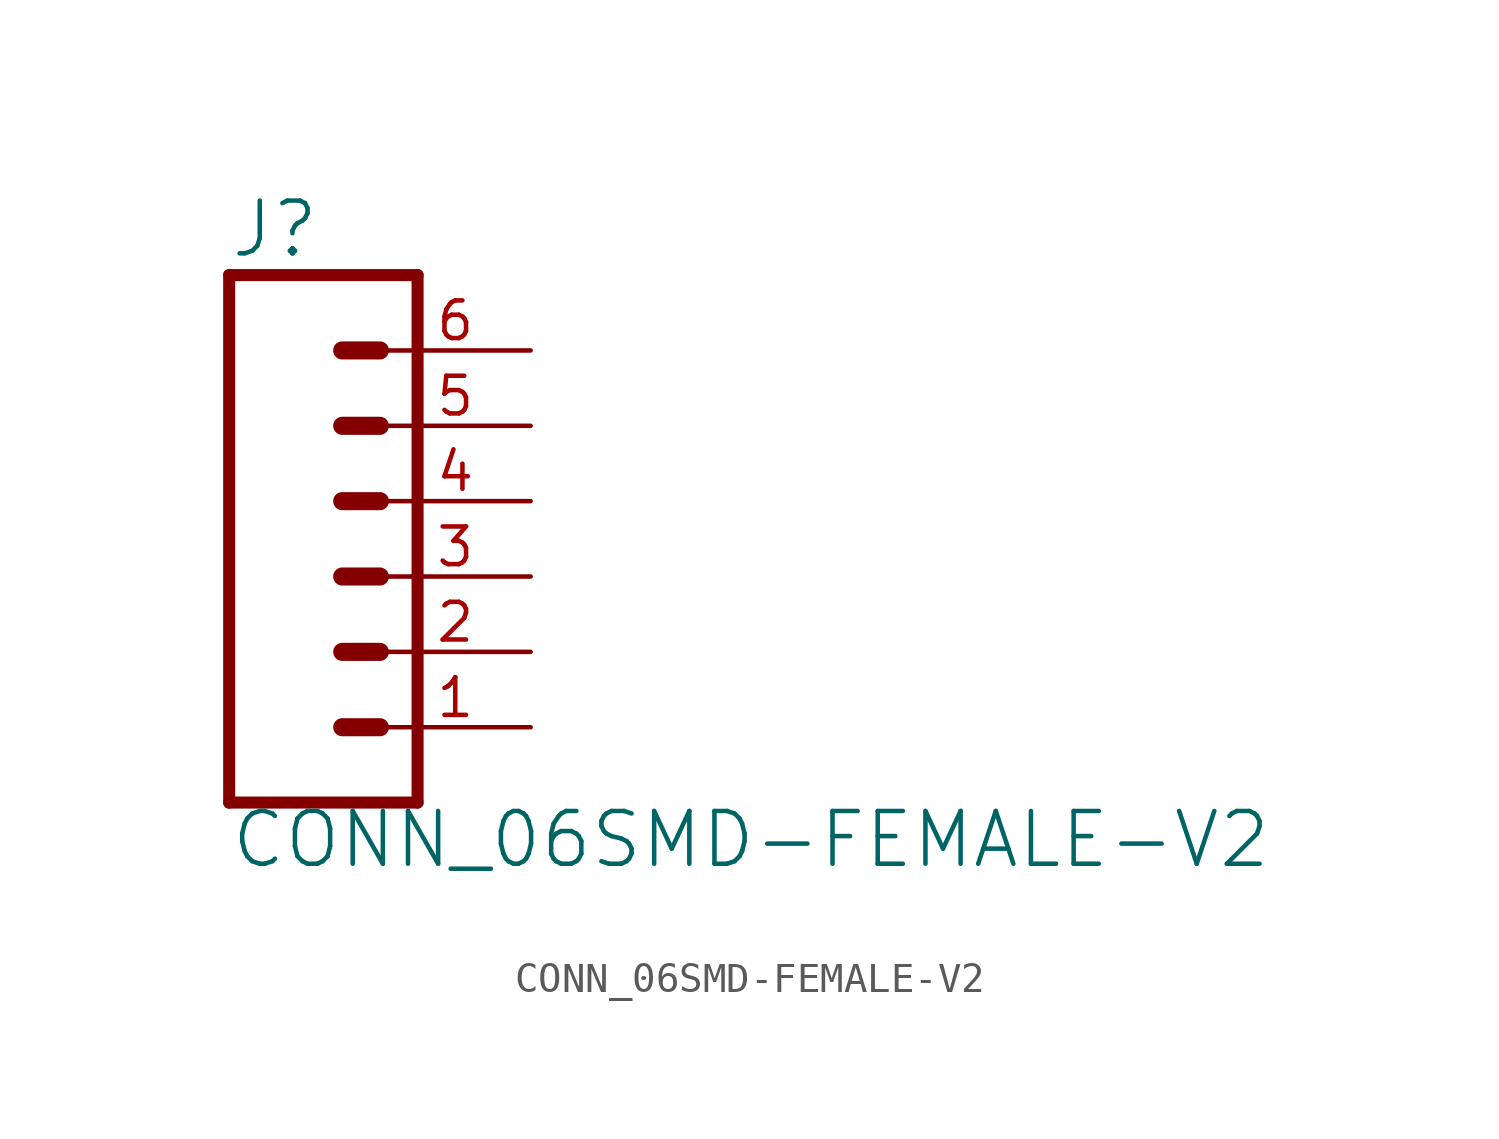
<source format=kicad_sym>
(kicad_symbol_lib
  (version 20211014)
  (generator kicad_symbol_editor)
  (symbol "CONN_06SMD-FEMALE-V2"
    (property "Reference" "J"
      (at -5.08 10.668 0)
      (effects (font (size 1.778 1.778)) (justify left bottom)))
    (property "Value" "CONN_06SMD-FEMALE-V2"
      (at -5.08 -9.906 0)
      (effects (font (size 1.778 1.778)) (justify left bottom)))
    (property "ki_locked" ""
      (at 0 0 0)
      (effects (font (size 1.27 1.27))))
    (symbol "CONN_06SMD-FEMALE-V2_1_0"
      (polyline (pts (xy -5.08 10.16) (xy -5.08 -7.62)) (stroke (width 0.406) (type default) (color 0 0 0 0)) (fill (type none)))
      (polyline (pts (xy -5.08 10.16) (xy 1.27 10.16)) (stroke (width 0.406) (type default) (color 0 0 0 0)) (fill (type none)))
      (polyline (pts (xy -1.27 -5.08) (xy 0 -5.08)) (stroke (width 0.61) (type default) (color 0 0 0 0)) (fill (type none)))
      (polyline (pts (xy -1.27 -2.54) (xy 0 -2.54)) (stroke (width 0.61) (type default) (color 0 0 0 0)) (fill (type none)))
      (polyline (pts (xy -1.27 0) (xy 0 0)) (stroke (width 0.61) (type default) (color 0 0 0 0)) (fill (type none)))
      (polyline (pts (xy -1.27 2.54) (xy 0 2.54)) (stroke (width 0.61) (type default) (color 0 0 0 0)) (fill (type none)))
      (polyline (pts (xy -1.27 5.08) (xy 0 5.08)) (stroke (width 0.61) (type default) (color 0 0 0 0)) (fill (type none)))
      (polyline (pts (xy -1.27 7.62) (xy 0 7.62)) (stroke (width 0.61) (type default) (color 0 0 0 0)) (fill (type none)))
      (polyline (pts (xy 1.27 -7.62) (xy -5.08 -7.62)) (stroke (width 0.406) (type default) (color 0 0 0 0)) (fill (type none)))
      (polyline (pts (xy 1.27 -7.62) (xy 1.27 10.16)) (stroke (width 0.406) (type default) (color 0 0 0 0)) (fill (type none)))
      (pin passive line (at 5.08 -5.08 180) (length 5.08) (name "1" (effects (font (size 0 0)))) (number "1" (effects (font (size 1.27 1.27)))))
      (pin passive line (at 5.08 -2.54 180) (length 5.08) (name "2" (effects (font (size 0 0)))) (number "2" (effects (font (size 1.27 1.27)))))
      (pin passive line (at 5.08 0 180) (length 5.08) (name "3" (effects (font (size 0 0)))) (number "3" (effects (font (size 1.27 1.27)))))
      (pin passive line (at 5.08 2.54 180) (length 5.08) (name "4" (effects (font (size 0 0)))) (number "4" (effects (font (size 1.27 1.27)))))
      (pin passive line (at 5.08 5.08 180) (length 5.08) (name "5" (effects (font (size 0 0)))) (number "5" (effects (font (size 1.27 1.27)))))
      (pin passive line (at 5.08 7.62 180) (length 5.08) (name "6" (effects (font (size 0 0)))) (number "6" (effects (font (size 1.27 1.27))))))))
</source>
